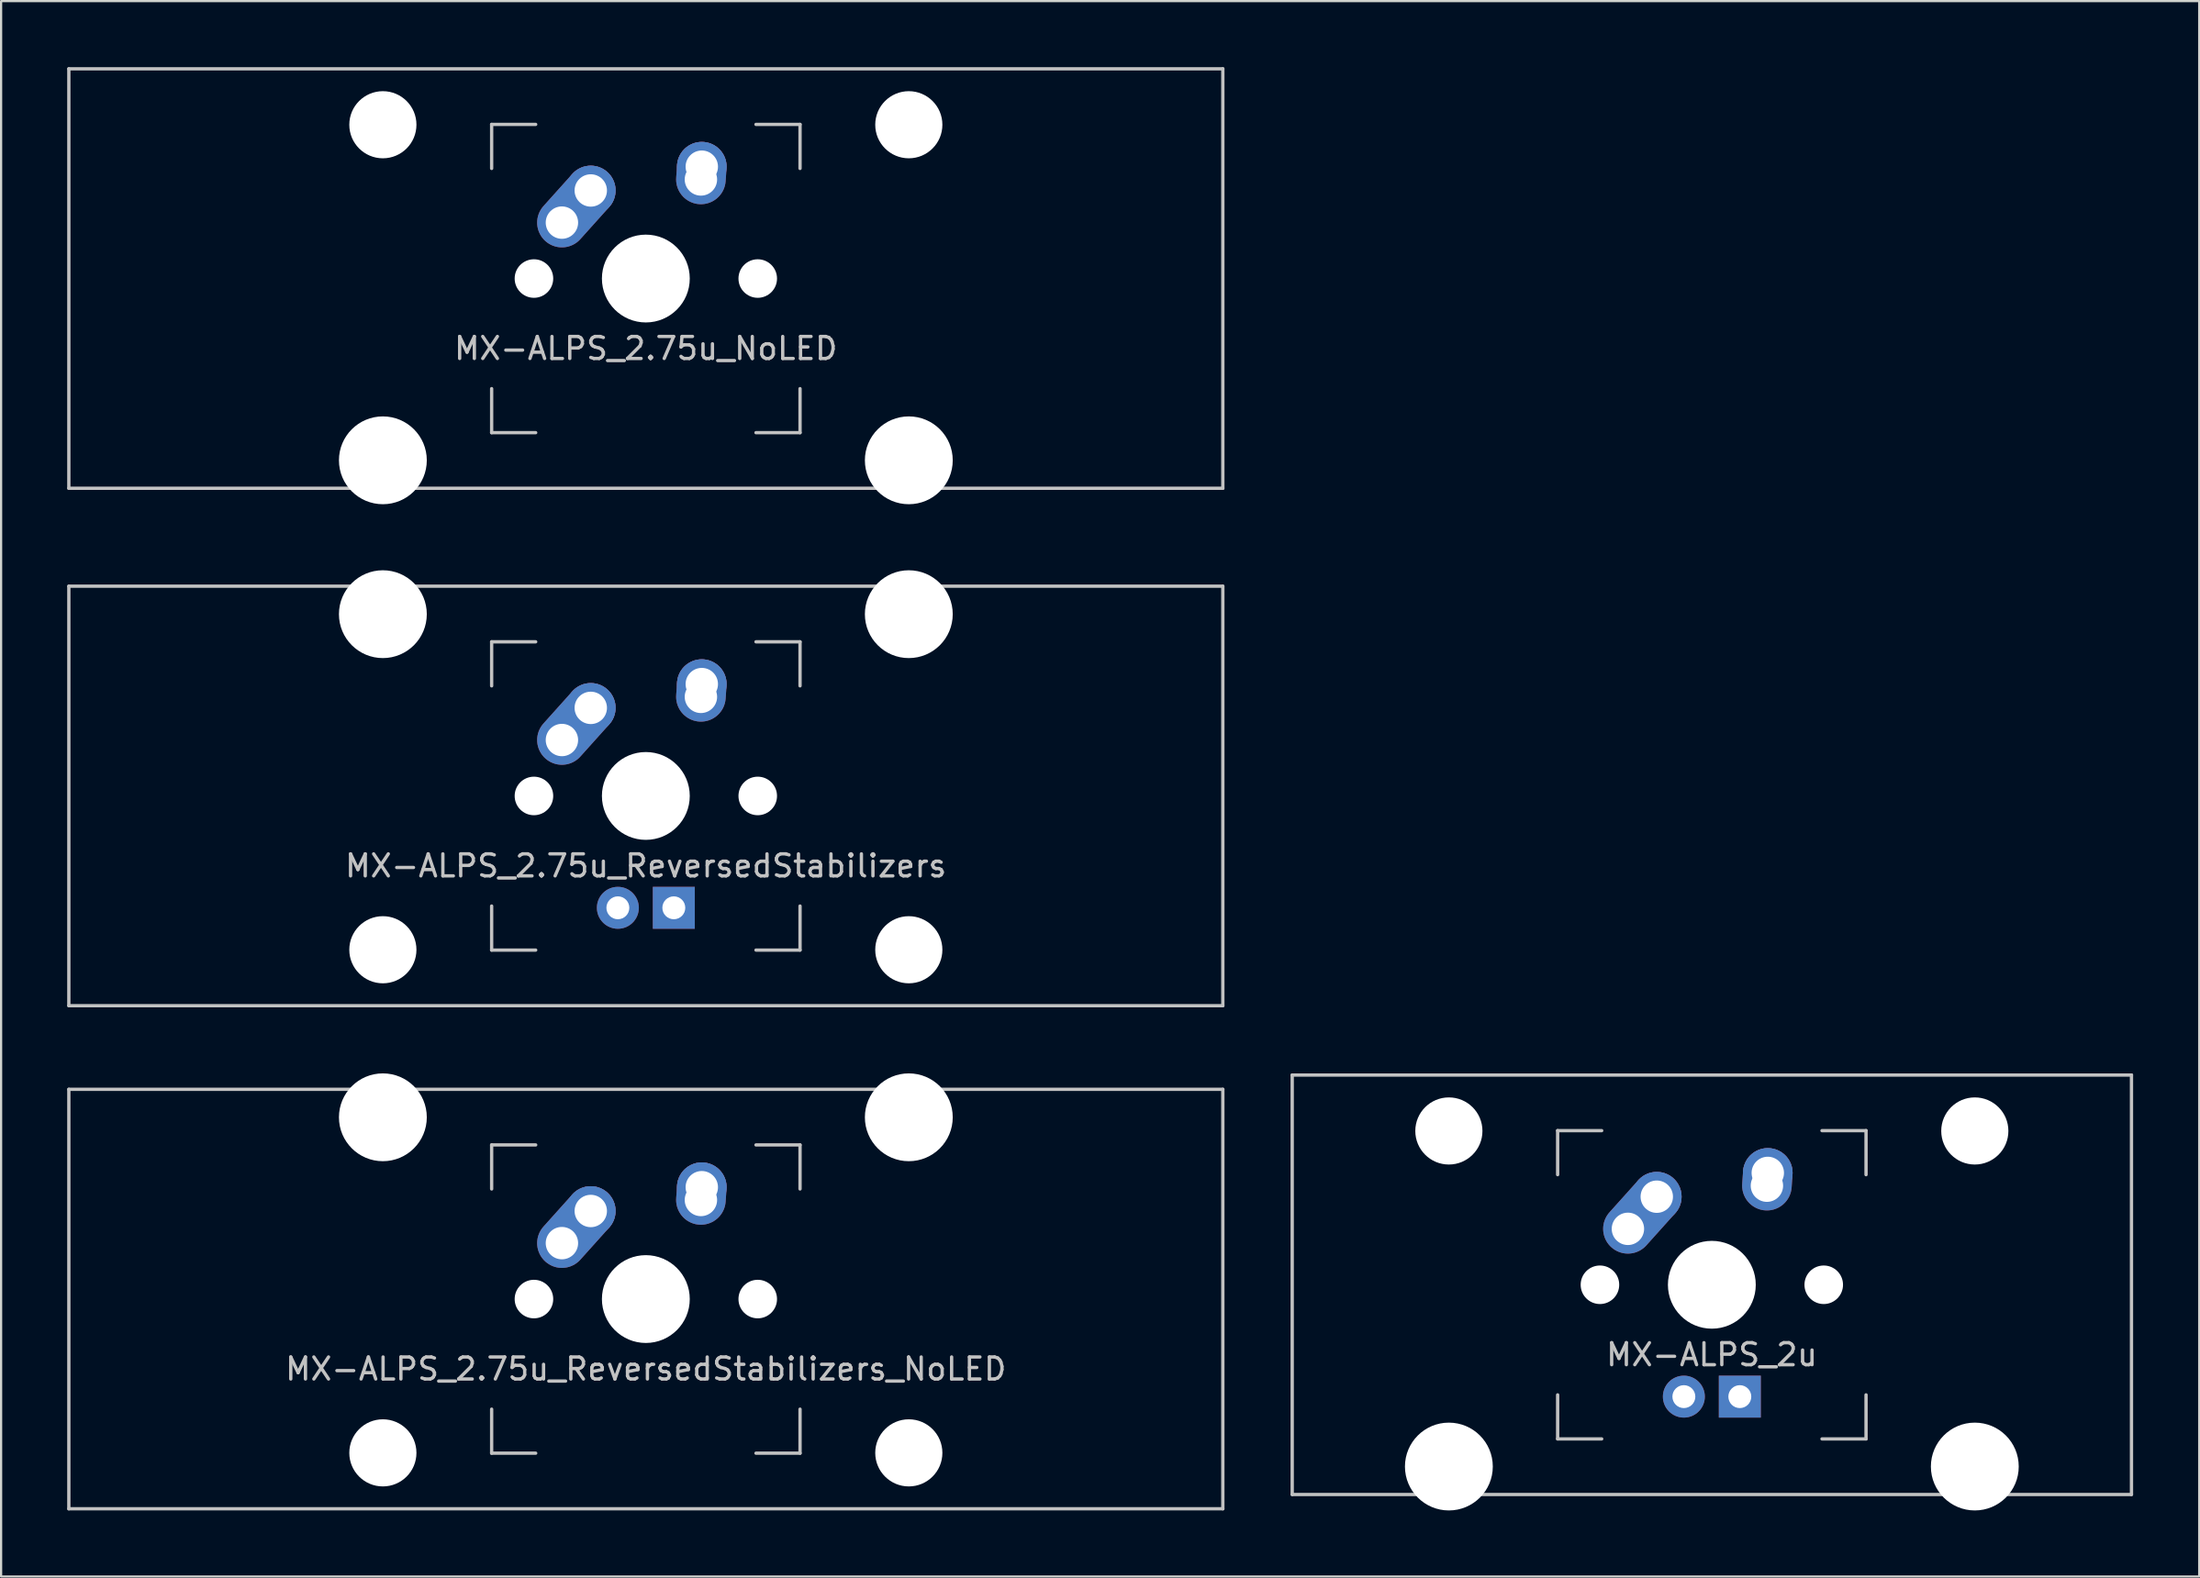
<source format=kicad_pcb>
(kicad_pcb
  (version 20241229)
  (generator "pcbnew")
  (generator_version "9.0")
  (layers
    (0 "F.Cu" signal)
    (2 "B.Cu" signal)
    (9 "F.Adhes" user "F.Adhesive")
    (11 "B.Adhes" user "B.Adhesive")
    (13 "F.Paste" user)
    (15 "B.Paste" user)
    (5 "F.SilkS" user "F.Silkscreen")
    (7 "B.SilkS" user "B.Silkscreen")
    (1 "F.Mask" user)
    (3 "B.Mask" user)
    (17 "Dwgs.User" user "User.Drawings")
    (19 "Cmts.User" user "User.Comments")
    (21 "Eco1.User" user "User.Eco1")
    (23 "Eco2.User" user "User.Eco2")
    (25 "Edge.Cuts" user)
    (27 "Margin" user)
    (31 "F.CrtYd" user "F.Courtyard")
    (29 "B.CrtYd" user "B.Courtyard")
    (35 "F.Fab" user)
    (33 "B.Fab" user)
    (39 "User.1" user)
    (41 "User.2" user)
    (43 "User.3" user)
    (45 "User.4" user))
  (footprint "MX-ALPS_2.75u_ReversedStabilizers"
    (layer "F.Cu")
    (at 26.269 33.098)
    (property "Reference" "MX-ALPS_2.75u_ReversedStabilizers" (at 0 3.175 0) (layer "Dwgs.User") (effects (font (size 1 1) (thickness 0.15))))
    (attr through_hole)
    (fp_line (start -26.194 -9.525) (end 26.194 -9.525) (stroke (width 0.15) (type solid)) (layer "Dwgs.User"))
    (fp_line (start -26.194 9.525) (end -26.194 -9.525) (stroke (width 0.15) (type solid)) (layer "Dwgs.User"))
    (fp_line (start -26.194 9.525) (end 26.194 9.525) (stroke (width 0.15) (type solid)) (layer "Dwgs.User"))
    (fp_line (start -7 -7) (end -7 -5) (stroke (width 0.15) (type solid)) (layer "Dwgs.User"))
    (fp_line (start -7 5) (end -7 7) (stroke (width 0.15) (type solid)) (layer "Dwgs.User"))
    (fp_line (start -7 7) (end -5 7) (stroke (width 0.15) (type solid)) (layer "Dwgs.User"))
    (fp_line (start -5 -7) (end -7 -7) (stroke (width 0.15) (type solid)) (layer "Dwgs.User"))
    (fp_line (start 5 -7) (end 7 -7) (stroke (width 0.15) (type solid)) (layer "Dwgs.User"))
    (fp_line (start 5 7) (end 7 7) (stroke (width 0.15) (type solid)) (layer "Dwgs.User"))
    (fp_line (start 7 -7) (end 7 -5) (stroke (width 0.15) (type solid)) (layer "Dwgs.User"))
    (fp_line (start 7 7) (end 7 5) (stroke (width 0.15) (type solid)) (layer "Dwgs.User"))
    (fp_line (start 26.194 -9.525) (end 26.194 9.525) (stroke (width 0.15) (type solid)) (layer "Dwgs.User"))
    (pad "" np_thru_hole circle (at -11.938 -8.255) (size 3.988 3.988) (drill 3.988) (layers "*.Cu" "*.Mask"))
    (pad "" np_thru_hole circle (at -11.938 6.985) (size 3.048 3.048) (drill 3.048) (layers "*.Cu" "*.Mask"))
    (pad "" np_thru_hole circle (at -5.08 0 48.1) (size 1.75 1.75) (drill 1.75) (layers "*.Cu" "*.Mask"))
    (pad "" np_thru_hole circle (at 0 0) (size 3.988 3.988) (drill 3.988) (layers "*.Cu" "*.Mask"))
    (pad "" np_thru_hole circle (at 5.08 0 48.1) (size 1.75 1.75) (drill 1.75) (layers "*.Cu" "*.Mask"))
    (pad "" np_thru_hole circle (at 11.938 -8.255) (size 3.988 3.988) (drill 3.988) (layers "*.Cu" "*.Mask"))
    (pad "" np_thru_hole circle (at 11.938 6.985) (size 3.048 3.048) (drill 3.048) (layers "*.Cu" "*.Mask"))
    (pad "1" thru_hole oval (at -3.81 -2.54 48.1) (size 4.212 2.25) (drill 1.47 (offset 0.981 0)) (layers "*.Cu" "B.Mask"))
    (pad "1" thru_hole circle (at -2.5 -4) (size 2.25 2.25) (drill 1.47) (layers "*.Cu" "B.Mask"))
    (pad "2" thru_hole oval (at 2.5 -4.5 86.055) (size 2.831 2.25) (drill 1.47 (offset 0.291 0)) (layers "*.Cu" "B.Mask"))
    (pad "2" thru_hole circle (at 2.54 -5.08) (size 2.25 2.25) (drill 1.47) (layers "*.Cu" "B.Mask"))
    (pad "3" thru_hole circle (at -1.27 5.08) (size 1.905 1.905) (drill 1.04) (layers "*.Cu" "B.Mask"))
    (pad "4" thru_hole rect (at 1.27 5.08) (size 1.905 1.905) (drill 1.04) (layers "*.Cu" "B.Mask")))
  (footprint "MX-ALPS_2u"
    (layer "F.Cu")
    (at 74.662 55.298)
    (property "Reference" "MX-ALPS_2u" (at 0 3.175 0) (layer "Dwgs.User") (effects (font (size 1 1) (thickness 0.15))))
    (attr through_hole)
    (fp_line (start -19.05 -9.525) (end 19.05 -9.525) (stroke (width 0.15) (type solid)) (layer "Dwgs.User"))
    (fp_line (start -19.05 9.525) (end -19.05 -9.525) (stroke (width 0.15) (type solid)) (layer "Dwgs.User"))
    (fp_line (start -19.05 9.525) (end 19.05 9.525) (stroke (width 0.15) (type solid)) (layer "Dwgs.User"))
    (fp_line (start -7 -7) (end -7 -5) (stroke (width 0.15) (type solid)) (layer "Dwgs.User"))
    (fp_line (start -7 5) (end -7 7) (stroke (width 0.15) (type solid)) (layer "Dwgs.User"))
    (fp_line (start -7 7) (end -5 7) (stroke (width 0.15) (type solid)) (layer "Dwgs.User"))
    (fp_line (start -5 -7) (end -7 -7) (stroke (width 0.15) (type solid)) (layer "Dwgs.User"))
    (fp_line (start 5 -7) (end 7 -7) (stroke (width 0.15) (type solid)) (layer "Dwgs.User"))
    (fp_line (start 5 7) (end 7 7) (stroke (width 0.15) (type solid)) (layer "Dwgs.User"))
    (fp_line (start 7 -7) (end 7 -5) (stroke (width 0.15) (type solid)) (layer "Dwgs.User"))
    (fp_line (start 7 7) (end 7 5) (stroke (width 0.15) (type solid)) (layer "Dwgs.User"))
    (fp_line (start 19.05 -9.525) (end 19.05 9.525) (stroke (width 0.15) (type solid)) (layer "Dwgs.User"))
    (pad "" np_thru_hole circle (at -11.938 -6.985) (size 3.048 3.048) (drill 3.048) (layers "*.Cu" "*.Mask"))
    (pad "" np_thru_hole circle (at -11.938 8.255) (size 3.988 3.988) (drill 3.988) (layers "*.Cu" "*.Mask"))
    (pad "" np_thru_hole circle (at -5.08 0 48.1) (size 1.75 1.75) (drill 1.75) (layers "*.Cu" "*.Mask"))
    (pad "" np_thru_hole circle (at 0 0) (size 3.988 3.988) (drill 3.988) (layers "*.Cu" "*.Mask"))
    (pad "" np_thru_hole circle (at 5.08 0 48.1) (size 1.75 1.75) (drill 1.75) (layers "*.Cu" "*.Mask"))
    (pad "" np_thru_hole circle (at 11.938 -6.985) (size 3.048 3.048) (drill 3.048) (layers "*.Cu" "*.Mask"))
    (pad "" np_thru_hole circle (at 11.938 8.255) (size 3.988 3.988) (drill 3.988) (layers "*.Cu" "*.Mask"))
    (pad "1" thru_hole oval (at -3.81 -2.54 48.1) (size 4.212 2.25) (drill 1.47 (offset 0.981 0)) (layers "*.Cu" "B.Mask"))
    (pad "1" thru_hole circle (at -2.5 -4) (size 2.25 2.25) (drill 1.47) (layers "*.Cu" "B.Mask"))
    (pad "2" thru_hole oval (at 2.5 -4.5 86.055) (size 2.831 2.25) (drill 1.47 (offset 0.291 0)) (layers "*.Cu" "B.Mask"))
    (pad "2" thru_hole circle (at 2.54 -5.08) (size 2.25 2.25) (drill 1.47) (layers "*.Cu" "B.Mask"))
    (pad "3" thru_hole circle (at -1.27 5.08) (size 1.905 1.905) (drill 1.04) (layers "*.Cu" "B.Mask"))
    (pad "4" thru_hole rect (at 1.27 5.08) (size 1.905 1.905) (drill 1.04) (layers "*.Cu" "B.Mask")))
  (footprint "MX-ALPS_2.75u_ReversedStabilizers_NoLED"
    (layer "F.Cu")
    (at 26.269 55.947)
    (property "Reference" "MX-ALPS_2.75u_ReversedStabilizers_NoLED" (at 0 3.175 0) (layer "Dwgs.User") (effects (font (size 1 1) (thickness 0.15))))
    (attr through_hole)
    (fp_line (start -26.194 -9.525) (end 26.194 -9.525) (stroke (width 0.15) (type solid)) (layer "Dwgs.User"))
    (fp_line (start -26.194 9.525) (end -26.194 -9.525) (stroke (width 0.15) (type solid)) (layer "Dwgs.User"))
    (fp_line (start -26.194 9.525) (end 26.194 9.525) (stroke (width 0.15) (type solid)) (layer "Dwgs.User"))
    (fp_line (start -7 -7) (end -7 -5) (stroke (width 0.15) (type solid)) (layer "Dwgs.User"))
    (fp_line (start -7 5) (end -7 7) (stroke (width 0.15) (type solid)) (layer "Dwgs.User"))
    (fp_line (start -7 7) (end -5 7) (stroke (width 0.15) (type solid)) (layer "Dwgs.User"))
    (fp_line (start -5 -7) (end -7 -7) (stroke (width 0.15) (type solid)) (layer "Dwgs.User"))
    (fp_line (start 5 -7) (end 7 -7) (stroke (width 0.15) (type solid)) (layer "Dwgs.User"))
    (fp_line (start 5 7) (end 7 7) (stroke (width 0.15) (type solid)) (layer "Dwgs.User"))
    (fp_line (start 7 -7) (end 7 -5) (stroke (width 0.15) (type solid)) (layer "Dwgs.User"))
    (fp_line (start 7 7) (end 7 5) (stroke (width 0.15) (type solid)) (layer "Dwgs.User"))
    (fp_line (start 26.194 -9.525) (end 26.194 9.525) (stroke (width 0.15) (type solid)) (layer "Dwgs.User"))
    (pad "" np_thru_hole circle (at -11.938 -8.255) (size 3.988 3.988) (drill 3.988) (layers "*.Cu" "*.Mask"))
    (pad "" np_thru_hole circle (at -11.938 6.985) (size 3.048 3.048) (drill 3.048) (layers "*.Cu" "*.Mask"))
    (pad "" np_thru_hole circle (at -5.08 0 48.1) (size 1.75 1.75) (drill 1.75) (layers "*.Cu" "*.Mask"))
    (pad "" np_thru_hole circle (at 0 0) (size 3.988 3.988) (drill 3.988) (layers "*.Cu" "*.Mask"))
    (pad "" np_thru_hole circle (at 5.08 0 48.1) (size 1.75 1.75) (drill 1.75) (layers "*.Cu" "*.Mask"))
    (pad "" np_thru_hole circle (at 11.938 -8.255) (size 3.988 3.988) (drill 3.988) (layers "*.Cu" "*.Mask"))
    (pad "" np_thru_hole circle (at 11.938 6.985) (size 3.048 3.048) (drill 3.048) (layers "*.Cu" "*.Mask"))
    (pad "1" thru_hole oval (at -3.81 -2.54 48.1) (size 4.212 2.25) (drill 1.47 (offset 0.981 0)) (layers "*.Cu" "B.Mask"))
    (pad "1" thru_hole circle (at -2.5 -4) (size 2.25 2.25) (drill 1.47) (layers "*.Cu" "B.Mask"))
    (pad "2" thru_hole oval (at 2.5 -4.5 86.055) (size 2.831 2.25) (drill 1.47 (offset 0.291 0)) (layers "*.Cu" "B.Mask"))
    (pad "2" thru_hole circle (at 2.54 -5.08) (size 2.25 2.25) (drill 1.47) (layers "*.Cu" "B.Mask")))
  (footprint "MX-ALPS_2.75u_NoLED"
    (layer "F.Cu")
    (at 26.269 9.6)
    (property "Reference" "MX-ALPS_2.75u_NoLED" (at 0 3.175 0) (layer "Dwgs.User") (effects (font (size 1 1) (thickness 0.15))))
    (attr through_hole)
    (fp_line (start -26.194 -9.525) (end 26.194 -9.525) (stroke (width 0.15) (type solid)) (layer "Dwgs.User"))
    (fp_line (start -26.194 9.525) (end -26.194 -9.525) (stroke (width 0.15) (type solid)) (layer "Dwgs.User"))
    (fp_line (start -26.194 9.525) (end 26.194 9.525) (stroke (width 0.15) (type solid)) (layer "Dwgs.User"))
    (fp_line (start -7 -7) (end -7 -5) (stroke (width 0.15) (type solid)) (layer "Dwgs.User"))
    (fp_line (start -7 5) (end -7 7) (stroke (width 0.15) (type solid)) (layer "Dwgs.User"))
    (fp_line (start -7 7) (end -5 7) (stroke (width 0.15) (type solid)) (layer "Dwgs.User"))
    (fp_line (start -5 -7) (end -7 -7) (stroke (width 0.15) (type solid)) (layer "Dwgs.User"))
    (fp_line (start 5 -7) (end 7 -7) (stroke (width 0.15) (type solid)) (layer "Dwgs.User"))
    (fp_line (start 5 7) (end 7 7) (stroke (width 0.15) (type solid)) (layer "Dwgs.User"))
    (fp_line (start 7 -7) (end 7 -5) (stroke (width 0.15) (type solid)) (layer "Dwgs.User"))
    (fp_line (start 7 7) (end 7 5) (stroke (width 0.15) (type solid)) (layer "Dwgs.User"))
    (fp_line (start 26.194 -9.525) (end 26.194 9.525) (stroke (width 0.15) (type solid)) (layer "Dwgs.User"))
    (pad "" np_thru_hole circle (at -11.938 -6.985) (size 3.048 3.048) (drill 3.048) (layers "*.Cu" "*.Mask"))
    (pad "" np_thru_hole circle (at -11.938 8.255) (size 3.988 3.988) (drill 3.988) (layers "*.Cu" "*.Mask"))
    (pad "" np_thru_hole circle (at -5.08 0 48.1) (size 1.75 1.75) (drill 1.75) (layers "*.Cu" "*.Mask"))
    (pad "" np_thru_hole circle (at 0 0) (size 3.988 3.988) (drill 3.988) (layers "*.Cu" "*.Mask"))
    (pad "" np_thru_hole circle (at 5.08 0 48.1) (size 1.75 1.75) (drill 1.75) (layers "*.Cu" "*.Mask"))
    (pad "" np_thru_hole circle (at 11.938 -6.985) (size 3.048 3.048) (drill 3.048) (layers "*.Cu" "*.Mask"))
    (pad "" np_thru_hole circle (at 11.938 8.255) (size 3.988 3.988) (drill 3.988) (layers "*.Cu" "*.Mask"))
    (pad "1" thru_hole oval (at -3.81 -2.54 48.1) (size 4.212 2.25) (drill 1.47 (offset 0.981 0)) (layers "*.Cu" "B.Mask"))
    (pad "1" thru_hole circle (at -2.5 -4) (size 2.25 2.25) (drill 1.47) (layers "*.Cu" "B.Mask"))
    (pad "2" thru_hole oval (at 2.5 -4.5 86.055) (size 2.831 2.25) (drill 1.47 (offset 0.291 0)) (layers "*.Cu" "B.Mask"))
    (pad "2" thru_hole circle (at 2.54 -5.08) (size 2.25 2.25) (drill 1.47) (layers "*.Cu" "B.Mask")))
  (gr_rect
    (start -3 -3)
    (end 96.787 68.547)
    (stroke (width 0.1) (type default))
    (fill no)
    (layer "Edge.Cuts")))
</source>
